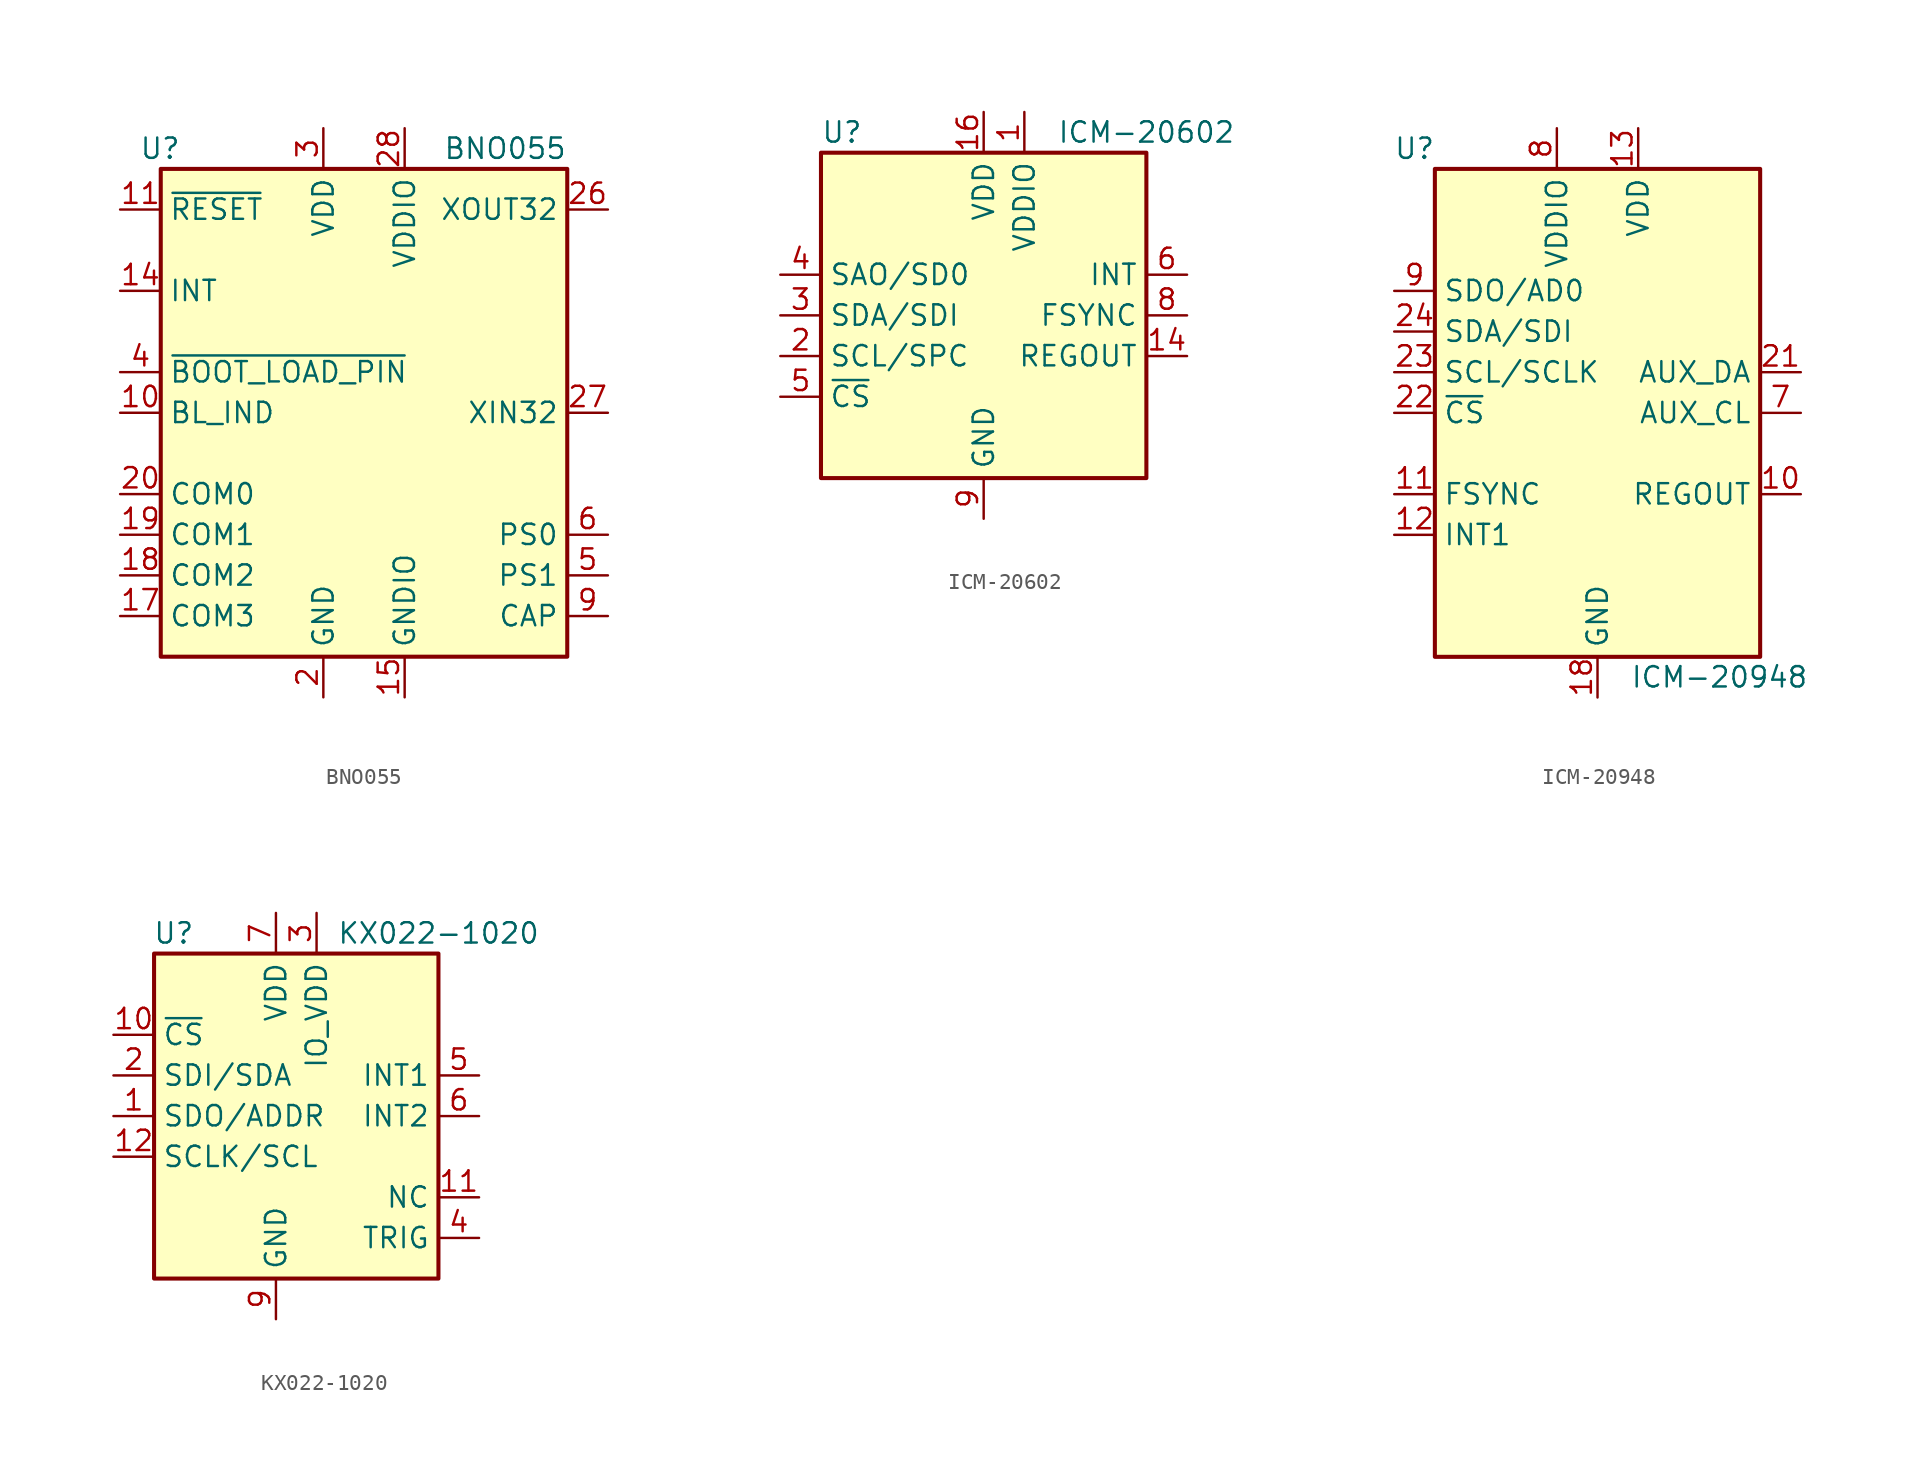
<source format=kicad_sym>
(kicad_symbol_lib
  (version 20231120)
  (generator "kicad_symbol_editor")
  (generator_version "8.0")
  (symbol "BNO055"
    (property "Reference" "U"
      (at -11.43 16.51 0)
      (effects (font (size 1.27 1.27)) (justify right)))
    (property "Value" "BNO055"
      (at 12.7 16.51 0)
      (effects (font (size 1.27 1.27)) (justify right)))
    (symbol "BNO055_0_1"
      (rectangle (start -12.7 15.24) (end 12.7 -15.24) (stroke (width 0.254) (type default)) (fill (type background))))
    (symbol "BNO055_1_1"
      (pin no_connect line (at -12.7 10.16 0) (length 2.54) hide (name "PIN1" (effects (font (size 1.27 1.27)))) (number "1" (effects (font (size 1.27 1.27)))))
      (pin output line (at -15.24 0 0) (length 2.54) (name "BL_IND" (effects (font (size 1.27 1.27)))) (number "10" (effects (font (size 1.27 1.27)))))
      (pin input line (at -15.24 12.7 0) (length 2.54) (name "~{RESET}" (effects (font (size 1.27 1.27)))) (number "11" (effects (font (size 1.27 1.27)))))
      (pin no_connect line (at 12.7 10.16 180) (length 2.54) hide (name "PIN12" (effects (font (size 1.27 1.27)))) (number "12" (effects (font (size 1.27 1.27)))))
      (pin no_connect line (at 12.7 7.62 180) (length 2.54) hide (name "PIN13" (effects (font (size 1.27 1.27)))) (number "13" (effects (font (size 1.27 1.27)))))
      (pin output line (at -15.24 7.62 0) (length 2.54) (name "INT" (effects (font (size 1.27 1.27)))) (number "14" (effects (font (size 1.27 1.27)))))
      (pin power_in line (at 2.54 -17.78 90) (length 2.54) (name "GNDIO" (effects (font (size 1.27 1.27)))) (number "15" (effects (font (size 1.27 1.27)))))
      (pin passive line (at 2.54 -17.78 90) (length 2.54) hide (name "GNDIO" (effects (font (size 1.27 1.27)))) (number "16" (effects (font (size 1.27 1.27)))))
      (pin input line (at -15.24 -12.7 0) (length 2.54) (name "COM3" (effects (font (size 1.27 1.27)))) (number "17" (effects (font (size 1.27 1.27)))))
      (pin passive line (at -15.24 -10.16 0) (length 2.54) (name "COM2" (effects (font (size 1.27 1.27)))) (number "18" (effects (font (size 1.27 1.27)))))
      (pin bidirectional line (at -15.24 -7.62 0) (length 2.54) (name "COM1" (effects (font (size 1.27 1.27)))) (number "19" (effects (font (size 1.27 1.27)))))
      (pin power_in line (at -2.54 -17.78 90) (length 2.54) (name "GND" (effects (font (size 1.27 1.27)))) (number "2" (effects (font (size 1.27 1.27)))))
      (pin bidirectional line (at -15.24 -5.08 0) (length 2.54) (name "COM0" (effects (font (size 1.27 1.27)))) (number "20" (effects (font (size 1.27 1.27)))))
      (pin no_connect line (at 12.7 5.08 180) (length 2.54) hide (name "PIN21" (effects (font (size 1.27 1.27)))) (number "21" (effects (font (size 1.27 1.27)))))
      (pin no_connect line (at 12.7 2.54 180) (length 2.54) hide (name "PIN22" (effects (font (size 1.27 1.27)))) (number "22" (effects (font (size 1.27 1.27)))))
      (pin no_connect line (at 12.7 -2.54 180) (length 2.54) hide (name "PIN23" (effects (font (size 1.27 1.27)))) (number "23" (effects (font (size 1.27 1.27)))))
      (pin no_connect line (at 12.7 -5.08 180) (length 2.54) hide (name "PIN24" (effects (font (size 1.27 1.27)))) (number "24" (effects (font (size 1.27 1.27)))))
      (pin passive line (at 2.54 -17.78 90) (length 2.54) hide (name "GNDIO" (effects (font (size 1.27 1.27)))) (number "25" (effects (font (size 1.27 1.27)))))
      (pin output line (at 15.24 12.7 180) (length 2.54) (name "XOUT32" (effects (font (size 1.27 1.27)))) (number "26" (effects (font (size 1.27 1.27)))))
      (pin input line (at 15.24 0 180) (length 2.54) (name "XIN32" (effects (font (size 1.27 1.27)))) (number "27" (effects (font (size 1.27 1.27)))))
      (pin power_in line (at 2.54 17.78 270) (length 2.54) (name "VDDIO" (effects (font (size 1.27 1.27)))) (number "28" (effects (font (size 1.27 1.27)))))
      (pin power_in line (at -2.54 17.78 270) (length 2.54) (name "VDD" (effects (font (size 1.27 1.27)))) (number "3" (effects (font (size 1.27 1.27)))))
      (pin input line (at -15.24 2.54 0) (length 2.54) (name "~{BOOT_LOAD_PIN}" (effects (font (size 1.27 1.27)))) (number "4" (effects (font (size 1.27 1.27)))))
      (pin input line (at 15.24 -10.16 180) (length 2.54) (name "PS1" (effects (font (size 1.27 1.27)))) (number "5" (effects (font (size 1.27 1.27)))))
      (pin input line (at 15.24 -7.62 180) (length 2.54) (name "PS0" (effects (font (size 1.27 1.27)))) (number "6" (effects (font (size 1.27 1.27)))))
      (pin no_connect line (at -12.7 5.08 0) (length 2.54) hide (name "PIN7" (effects (font (size 1.27 1.27)))) (number "7" (effects (font (size 1.27 1.27)))))
      (pin no_connect line (at -12.7 -2.54 0) (length 2.54) hide (name "PIN8" (effects (font (size 1.27 1.27)))) (number "8" (effects (font (size 1.27 1.27)))))
      (pin passive line (at 15.24 -12.7 180) (length 2.54) (name "CAP" (effects (font (size 1.27 1.27)))) (number "9" (effects (font (size 1.27 1.27)))))))
  (symbol "ICM-20602"
    (property "Reference" "U"
      (at -10.16 11.43 0)
      (effects (font (size 1.27 1.27)) (justify left)))
    (property "Value" "ICM-20602"
      (at 10.16 11.43 0)
      (effects (font (size 1.27 1.27))))
    (symbol "ICM-20602_0_1"
      (rectangle (start -10.16 10.16) (end 10.16 -10.16) (stroke (width 0.254) (type default)) (fill (type background))))
    (symbol "ICM-20602_1_1"
      (pin power_in line (at 2.54 12.7 270) (length 2.54) (name "VDDIO" (effects (font (size 1.27 1.27)))) (number "1" (effects (font (size 1.27 1.27)))))
      (pin passive line (at 0 -12.7 90) (length 2.54) hide (name "GND" (effects (font (size 1.27 1.27)))) (number "10" (effects (font (size 1.27 1.27)))))
      (pin passive line (at 0 -12.7 90) (length 2.54) hide (name "GND" (effects (font (size 1.27 1.27)))) (number "11" (effects (font (size 1.27 1.27)))))
      (pin passive line (at 0 -12.7 90) (length 2.54) hide (name "GND" (effects (font (size 1.27 1.27)))) (number "12" (effects (font (size 1.27 1.27)))))
      (pin passive line (at 0 -12.7 90) (length 2.54) hide (name "GND" (effects (font (size 1.27 1.27)))) (number "13" (effects (font (size 1.27 1.27)))))
      (pin passive line (at 12.7 -2.54 180) (length 2.54) (name "REGOUT" (effects (font (size 1.27 1.27)))) (number "14" (effects (font (size 1.27 1.27)))))
      (pin passive line (at 0 -12.7 90) (length 2.54) hide (name "GND" (effects (font (size 1.27 1.27)))) (number "15" (effects (font (size 1.27 1.27)))))
      (pin power_in line (at 0 12.7 270) (length 2.54) (name "VDD" (effects (font (size 1.27 1.27)))) (number "16" (effects (font (size 1.27 1.27)))))
      (pin input line (at -12.7 -2.54 0) (length 2.54) (name "SCL/SPC" (effects (font (size 1.27 1.27)))) (number "2" (effects (font (size 1.27 1.27)))))
      (pin bidirectional line (at -12.7 0 0) (length 2.54) (name "SDA/SDI" (effects (font (size 1.27 1.27)))) (number "3" (effects (font (size 1.27 1.27)))))
      (pin bidirectional line (at -12.7 2.54 0) (length 2.54) (name "SAO/SD0" (effects (font (size 1.27 1.27)))) (number "4" (effects (font (size 1.27 1.27)))))
      (pin input line (at -12.7 -5.08 0) (length 2.54) (name "~{CS}" (effects (font (size 1.27 1.27)))) (number "5" (effects (font (size 1.27 1.27)))))
      (pin output line (at 12.7 2.54 180) (length 2.54) (name "INT" (effects (font (size 1.27 1.27)))) (number "6" (effects (font (size 1.27 1.27)))))
      (pin no_connect line (at -10.16 5.08 0) (length 2.54) hide (name "RESV" (effects (font (size 1.27 1.27)))) (number "7" (effects (font (size 1.27 1.27)))))
      (pin input line (at 12.7 0 180) (length 2.54) (name "FSYNC" (effects (font (size 1.27 1.27)))) (number "8" (effects (font (size 1.27 1.27)))))
      (pin power_in line (at 0 -12.7 90) (length 2.54) (name "GND" (effects (font (size 1.27 1.27)))) (number "9" (effects (font (size 1.27 1.27)))))))
  (symbol "ICM-20948"
    (property "Reference" "U"
      (at -11.43 16.51 0)
      (effects (font (size 1.27 1.27))))
    (property "Value" "ICM-20948"
      (at 7.62 -16.51 0)
      (effects (font (size 1.27 1.27))))
    (symbol "ICM-20948_0_1"
      (rectangle (start -10.16 15.24) (end 10.16 -15.24) (stroke (width 0.254) (type default)) (fill (type background))))
    (symbol "ICM-20948_1_1"
      (pin no_connect line (at -10.16 12.7 0) (length 2.54) hide (name "NC" (effects (font (size 1.27 1.27)))) (number "1" (effects (font (size 1.27 1.27)))))
      (pin passive line (at 12.7 -5.08 180) (length 2.54) (name "REGOUT" (effects (font (size 1.27 1.27)))) (number "10" (effects (font (size 1.27 1.27)))))
      (pin input line (at -12.7 -5.08 0) (length 2.54) (name "FSYNC" (effects (font (size 1.27 1.27)))) (number "11" (effects (font (size 1.27 1.27)))))
      (pin output line (at -12.7 -7.62 0) (length 2.54) (name "INT1" (effects (font (size 1.27 1.27)))) (number "12" (effects (font (size 1.27 1.27)))))
      (pin power_in line (at 2.54 17.78 270) (length 2.54) (name "VDD" (effects (font (size 1.27 1.27)))) (number "13" (effects (font (size 1.27 1.27)))))
      (pin no_connect line (at 10.16 7.62 180) (length 2.54) hide (name "NC" (effects (font (size 1.27 1.27)))) (number "14" (effects (font (size 1.27 1.27)))))
      (pin no_connect line (at 10.16 5.08 180) (length 2.54) hide (name "NC" (effects (font (size 1.27 1.27)))) (number "15" (effects (font (size 1.27 1.27)))))
      (pin no_connect line (at 10.16 -7.62 180) (length 2.54) hide (name "NC" (effects (font (size 1.27 1.27)))) (number "16" (effects (font (size 1.27 1.27)))))
      (pin no_connect line (at 10.16 -10.16 180) (length 2.54) hide (name "NC" (effects (font (size 1.27 1.27)))) (number "17" (effects (font (size 1.27 1.27)))))
      (pin power_in line (at 0 -17.78 90) (length 2.54) (name "GND" (effects (font (size 1.27 1.27)))) (number "18" (effects (font (size 1.27 1.27)))))
      (pin no_connect line (at 10.16 -12.7 180) (length 2.54) hide (name "RESV" (effects (font (size 1.27 1.27)))) (number "19" (effects (font (size 1.27 1.27)))))
      (pin no_connect line (at -10.16 10.16 0) (length 2.54) hide (name "NC" (effects (font (size 1.27 1.27)))) (number "2" (effects (font (size 1.27 1.27)))))
      (pin passive line (at 0 -17.78 90) (length 2.54) hide (name "GND" (effects (font (size 1.27 1.27)))) (number "20" (effects (font (size 1.27 1.27)))))
      (pin bidirectional line (at 12.7 2.54 180) (length 2.54) (name "AUX_DA" (effects (font (size 1.27 1.27)))) (number "21" (effects (font (size 1.27 1.27)))))
      (pin input line (at -12.7 0 0) (length 2.54) (name "~{CS}" (effects (font (size 1.27 1.27)))) (number "22" (effects (font (size 1.27 1.27)))))
      (pin input line (at -12.7 2.54 0) (length 2.54) (name "SCL/SCLK" (effects (font (size 1.27 1.27)))) (number "23" (effects (font (size 1.27 1.27)))))
      (pin bidirectional line (at -12.7 5.08 0) (length 2.54) (name "SDA/SDI" (effects (font (size 1.27 1.27)))) (number "24" (effects (font (size 1.27 1.27)))))
      (pin no_connect line (at -10.16 -2.54 0) (length 2.54) hide (name "NC" (effects (font (size 1.27 1.27)))) (number "3" (effects (font (size 1.27 1.27)))))
      (pin no_connect line (at -10.16 -10.16 0) (length 2.54) hide (name "NC" (effects (font (size 1.27 1.27)))) (number "4" (effects (font (size 1.27 1.27)))))
      (pin no_connect line (at -10.16 -12.7 0) (length 2.54) hide (name "NC" (effects (font (size 1.27 1.27)))) (number "5" (effects (font (size 1.27 1.27)))))
      (pin no_connect line (at 10.16 10.16 180) (length 2.54) hide (name "NC" (effects (font (size 1.27 1.27)))) (number "6" (effects (font (size 1.27 1.27)))))
      (pin output line (at 12.7 0 180) (length 2.54) (name "AUX_CL" (effects (font (size 1.27 1.27)))) (number "7" (effects (font (size 1.27 1.27)))))
      (pin power_in line (at -2.54 17.78 270) (length 2.54) (name "VDDIO" (effects (font (size 1.27 1.27)))) (number "8" (effects (font (size 1.27 1.27)))))
      (pin bidirectional line (at -12.7 7.62 0) (length 2.54) (name "SDO/AD0" (effects (font (size 1.27 1.27)))) (number "9" (effects (font (size 1.27 1.27)))))))
  (symbol "KX022-1020"
    (property "Reference" "U"
      (at -5.08 11.43 0)
      (effects (font (size 1.27 1.27)) (justify right)))
    (property "Value" "KX022-1020"
      (at 3.81 11.43 0)
      (effects (font (size 1.27 1.27)) (justify left)))
    (symbol "KX022-1020_0_1"
      (rectangle (start -7.62 10.16) (end 10.16 -10.16) (stroke (width 0.254) (type default)) (fill (type background))))
    (symbol "KX022-1020_1_1"
      (pin bidirectional line (at -10.16 0 0) (length 2.54) (name "SDO/ADDR" (effects (font (size 1.27 1.27)))) (number "1" (effects (font (size 1.27 1.27)))))
      (pin input line (at -10.16 5.08 0) (length 2.54) (name "~{CS}" (effects (font (size 1.27 1.27)))) (number "10" (effects (font (size 1.27 1.27)))))
      (pin passive line (at 12.7 -5.08 180) (length 2.54) (name "NC" (effects (font (size 1.27 1.27)))) (number "11" (effects (font (size 1.27 1.27)))))
      (pin input line (at -10.16 -2.54 0) (length 2.54) (name "SCLK/SCL" (effects (font (size 1.27 1.27)))) (number "12" (effects (font (size 1.27 1.27)))))
      (pin bidirectional line (at -10.16 2.54 0) (length 2.54) (name "SDI/SDA" (effects (font (size 1.27 1.27)))) (number "2" (effects (font (size 1.27 1.27)))))
      (pin power_in line (at 2.54 12.7 270) (length 2.54) (name "IO_VDD" (effects (font (size 1.27 1.27)))) (number "3" (effects (font (size 1.27 1.27)))))
      (pin input line (at 12.7 -7.62 180) (length 2.54) (name "TRIG" (effects (font (size 1.27 1.27)))) (number "4" (effects (font (size 1.27 1.27)))))
      (pin output line (at 12.7 2.54 180) (length 2.54) (name "INT1" (effects (font (size 1.27 1.27)))) (number "5" (effects (font (size 1.27 1.27)))))
      (pin output line (at 12.7 0 180) (length 2.54) (name "INT2" (effects (font (size 1.27 1.27)))) (number "6" (effects (font (size 1.27 1.27)))))
      (pin power_in line (at 0 12.7 270) (length 2.54) (name "VDD" (effects (font (size 1.27 1.27)))) (number "7" (effects (font (size 1.27 1.27)))))
      (pin power_in line (at 0 -12.7 90) (length 2.54) (name "GND" (effects (font (size 1.27 1.27)))) (number "9" (effects (font (size 1.27 1.27))))))))
</source>
